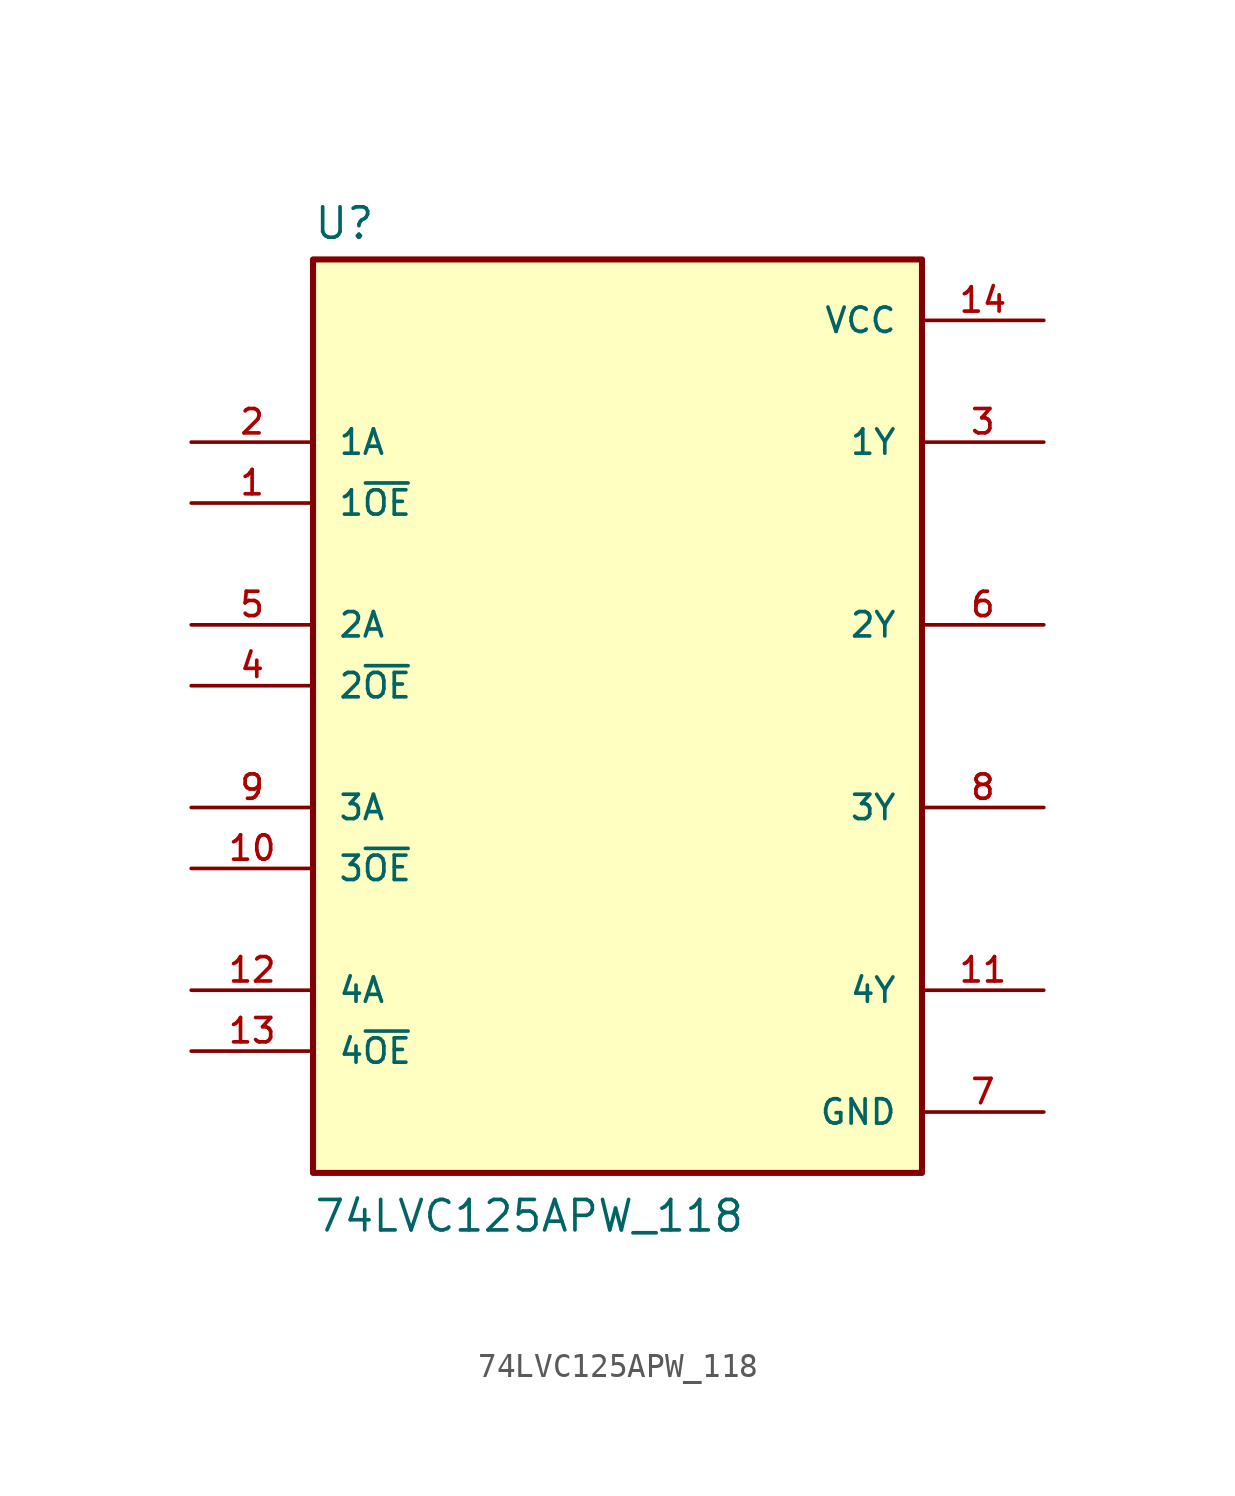
<source format=kicad_sym>
(kicad_symbol_lib
  (version 20211014)
  (generator kicad_symbol_editor)
  (symbol "74LVC125APW_118"
    (pin_names
      (offset 1.016))
    (property "Reference" "U"
      (at -12.7 21.082 0)
      (effects (font (size 1.27 1.27)) (justify bottom left)))
    (property "Value" "74LVC125APW_118"
      (at -12.7 -20.32 0)
      (effects (font (size 1.27 1.27)) (justify bottom left)))
    (symbol "74LVC125APW_118_0_0"
      (rectangle (start -12.7 -17.78) (end 12.7 20.32) (stroke (width 0.254)) (fill (type background)))
      (pin input line (at -17.78 12.7 0) (length 5.08) (name "1A" (effects (font (size 1.016 1.016)))) (number "2" (effects (font (size 1.016 1.016)))))
      (pin input line (at -17.78 5.08 0) (length 5.08) (name "2A" (effects (font (size 1.016 1.016)))) (number "5" (effects (font (size 1.016 1.016)))))
      (pin input line (at -17.78 -2.54 0) (length 5.08) (name "3A" (effects (font (size 1.016 1.016)))) (number "9" (effects (font (size 1.016 1.016)))))
      (pin input line (at -17.78 -10.16 0) (length 5.08) (name "4A" (effects (font (size 1.016 1.016)))) (number "12" (effects (font (size 1.016 1.016)))))
      (pin output line (at 17.78 12.7 180.0) (length 5.08) (name "1Y" (effects (font (size 1.016 1.016)))) (number "3" (effects (font (size 1.016 1.016)))))
      (pin output line (at 17.78 5.08 180.0) (length 5.08) (name "2Y" (effects (font (size 1.016 1.016)))) (number "6" (effects (font (size 1.016 1.016)))))
      (pin output line (at 17.78 -2.54 180.0) (length 5.08) (name "3Y" (effects (font (size 1.016 1.016)))) (number "8" (effects (font (size 1.016 1.016)))))
      (pin output line (at 17.78 -10.16 180.0) (length 5.08) (name "4Y" (effects (font (size 1.016 1.016)))) (number "11" (effects (font (size 1.016 1.016)))))
      (pin power_in line (at 17.78 17.78 180.0) (length 5.08) (name "VCC" (effects (font (size 1.016 1.016)))) (number "14" (effects (font (size 1.016 1.016)))))
      (pin input line (at -17.78 10.16 0) (length 5.08) (name "1~{OE}" (effects (font (size 1.016 1.016)))) (number "1" (effects (font (size 1.016 1.016)))))
      (pin power_in line (at 17.78 -15.24 180.0) (length 5.08) (name "GND" (effects (font (size 1.016 1.016)))) (number "7" (effects (font (size 1.016 1.016)))))
      (pin input line (at -17.78 2.54 0) (length 5.08) (name "2~{OE}" (effects (font (size 1.016 1.016)))) (number "4" (effects (font (size 1.016 1.016)))))
      (pin input line (at -17.78 -5.08 0) (length 5.08) (name "3~{OE}" (effects (font (size 1.016 1.016)))) (number "10" (effects (font (size 1.016 1.016)))))
      (pin input line (at -17.78 -12.7 0) (length 5.08) (name "4~{OE}" (effects (font (size 1.016 1.016)))) (number "13" (effects (font (size 1.016 1.016))))))))
</source>
